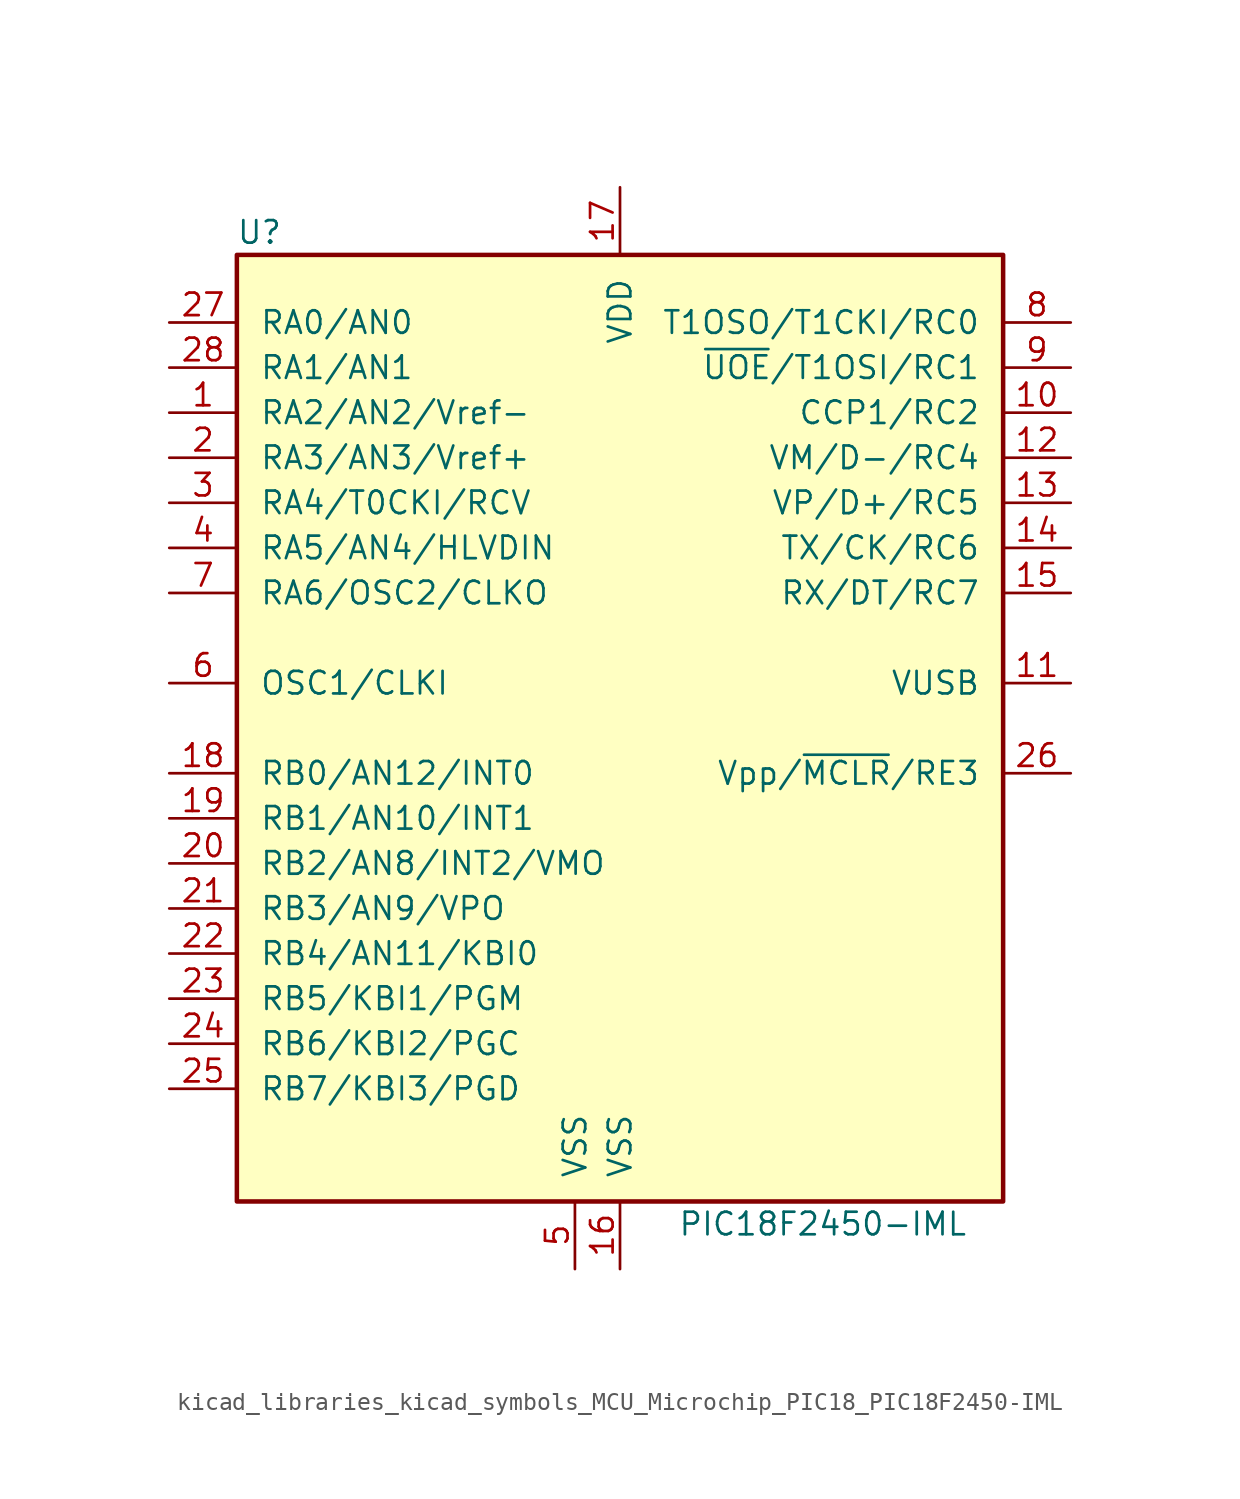
<source format=kicad_sym>
(kicad_symbol_lib
  (version 20220914)
  (generator kicad_symbol_editor)
  (symbol "kicad_libraries_kicad_symbols_MCU_Microchip_PIC18_PIC18F2450-IML"
    (pin_names
      (offset 1.27))
    (property "Reference" "U"
      (at -20.32 27.94 0)
      (effects (font (size 1.27 1.27))))
    (property "Value" "PIC18F2450-IML"
      (at 11.43 -27.94 0)
      (effects (font (size 1.27 1.27))))
    (symbol "kicad_libraries_kicad_symbols_MCU_Microchip_PIC18_PIC18F2450-IML_0_1"
      (rectangle (start -21.59 26.67) (end 21.59 -26.67) (stroke (width 0.254) (type default)) (fill (type background))))
    (symbol "kicad_libraries_kicad_symbols_MCU_Microchip_PIC18_PIC18F2450-IML_1_1"
      (pin bidirectional line (at -25.4 17.78 0) (length 3.81) (name "RA2/AN2/Vref-" (effects (font (size 1.27 1.27)))) (number "1" (effects (font (size 1.27 1.27)))))
      (pin bidirectional line (at 25.4 17.78 180) (length 3.81) (name "CCP1/RC2" (effects (font (size 1.27 1.27)))) (number "10" (effects (font (size 1.27 1.27)))))
      (pin bidirectional line (at 25.4 2.54 180) (length 3.81) (name "VUSB" (effects (font (size 1.27 1.27)))) (number "11" (effects (font (size 1.27 1.27)))))
      (pin bidirectional line (at 25.4 15.24 180) (length 3.81) (name "VM/D-/RC4" (effects (font (size 1.27 1.27)))) (number "12" (effects (font (size 1.27 1.27)))))
      (pin bidirectional line (at 25.4 12.7 180) (length 3.81) (name "VP/D+/RC5" (effects (font (size 1.27 1.27)))) (number "13" (effects (font (size 1.27 1.27)))))
      (pin bidirectional line (at 25.4 10.16 180) (length 3.81) (name "TX/CK/RC6" (effects (font (size 1.27 1.27)))) (number "14" (effects (font (size 1.27 1.27)))))
      (pin bidirectional line (at 25.4 7.62 180) (length 3.81) (name "RX/DT/RC7" (effects (font (size 1.27 1.27)))) (number "15" (effects (font (size 1.27 1.27)))))
      (pin power_in line (at 0 -30.48 90) (length 3.81) (name "VSS" (effects (font (size 1.27 1.27)))) (number "16" (effects (font (size 1.27 1.27)))))
      (pin power_in line (at 0 30.48 270) (length 3.81) (name "VDD" (effects (font (size 1.27 1.27)))) (number "17" (effects (font (size 1.27 1.27)))))
      (pin bidirectional line (at -25.4 -2.54 0) (length 3.81) (name "RB0/AN12/INT0" (effects (font (size 1.27 1.27)))) (number "18" (effects (font (size 1.27 1.27)))))
      (pin bidirectional line (at -25.4 -5.08 0) (length 3.81) (name "RB1/AN10/INT1" (effects (font (size 1.27 1.27)))) (number "19" (effects (font (size 1.27 1.27)))))
      (pin bidirectional line (at -25.4 15.24 0) (length 3.81) (name "RA3/AN3/Vref+" (effects (font (size 1.27 1.27)))) (number "2" (effects (font (size 1.27 1.27)))))
      (pin bidirectional line (at -25.4 -7.62 0) (length 3.81) (name "RB2/AN8/INT2/VMO" (effects (font (size 1.27 1.27)))) (number "20" (effects (font (size 1.27 1.27)))))
      (pin bidirectional line (at -25.4 -10.16 0) (length 3.81) (name "RB3/AN9/VPO" (effects (font (size 1.27 1.27)))) (number "21" (effects (font (size 1.27 1.27)))))
      (pin bidirectional line (at -25.4 -12.7 0) (length 3.81) (name "RB4/AN11/KBI0" (effects (font (size 1.27 1.27)))) (number "22" (effects (font (size 1.27 1.27)))))
      (pin bidirectional line (at -25.4 -15.24 0) (length 3.81) (name "RB5/KBI1/PGM" (effects (font (size 1.27 1.27)))) (number "23" (effects (font (size 1.27 1.27)))))
      (pin bidirectional line (at -25.4 -17.78 0) (length 3.81) (name "RB6/KBI2/PGC" (effects (font (size 1.27 1.27)))) (number "24" (effects (font (size 1.27 1.27)))))
      (pin bidirectional line (at -25.4 -20.32 0) (length 3.81) (name "RB7/KBI3/PGD" (effects (font (size 1.27 1.27)))) (number "25" (effects (font (size 1.27 1.27)))))
      (pin input line (at 25.4 -2.54 180) (length 3.81) (name "Vpp/~{MCLR}/RE3" (effects (font (size 1.27 1.27)))) (number "26" (effects (font (size 1.27 1.27)))))
      (pin bidirectional line (at -25.4 22.86 0) (length 3.81) (name "RA0/AN0" (effects (font (size 1.27 1.27)))) (number "27" (effects (font (size 1.27 1.27)))))
      (pin bidirectional line (at -25.4 20.32 0) (length 3.81) (name "RA1/AN1" (effects (font (size 1.27 1.27)))) (number "28" (effects (font (size 1.27 1.27)))))
      (pin bidirectional line (at -25.4 12.7 0) (length 3.81) (name "RA4/T0CKI/RCV" (effects (font (size 1.27 1.27)))) (number "3" (effects (font (size 1.27 1.27)))))
      (pin bidirectional line (at -25.4 10.16 0) (length 3.81) (name "RA5/AN4/HLVDIN" (effects (font (size 1.27 1.27)))) (number "4" (effects (font (size 1.27 1.27)))))
      (pin power_in line (at -2.54 -30.48 90) (length 3.81) (name "VSS" (effects (font (size 1.27 1.27)))) (number "5" (effects (font (size 1.27 1.27)))))
      (pin input line (at -25.4 2.54 0) (length 3.81) (name "OSC1/CLKI" (effects (font (size 1.27 1.27)))) (number "6" (effects (font (size 1.27 1.27)))))
      (pin output line (at -25.4 7.62 0) (length 3.81) (name "RA6/OSC2/CLKO" (effects (font (size 1.27 1.27)))) (number "7" (effects (font (size 1.27 1.27)))))
      (pin bidirectional line (at 25.4 22.86 180) (length 3.81) (name "T1OSO/T1CKI/RC0" (effects (font (size 1.27 1.27)))) (number "8" (effects (font (size 1.27 1.27)))))
      (pin bidirectional line (at 25.4 20.32 180) (length 3.81) (name "~{UOE}/T1OSI/RC1" (effects (font (size 1.27 1.27)))) (number "9" (effects (font (size 1.27 1.27))))))))
</source>
